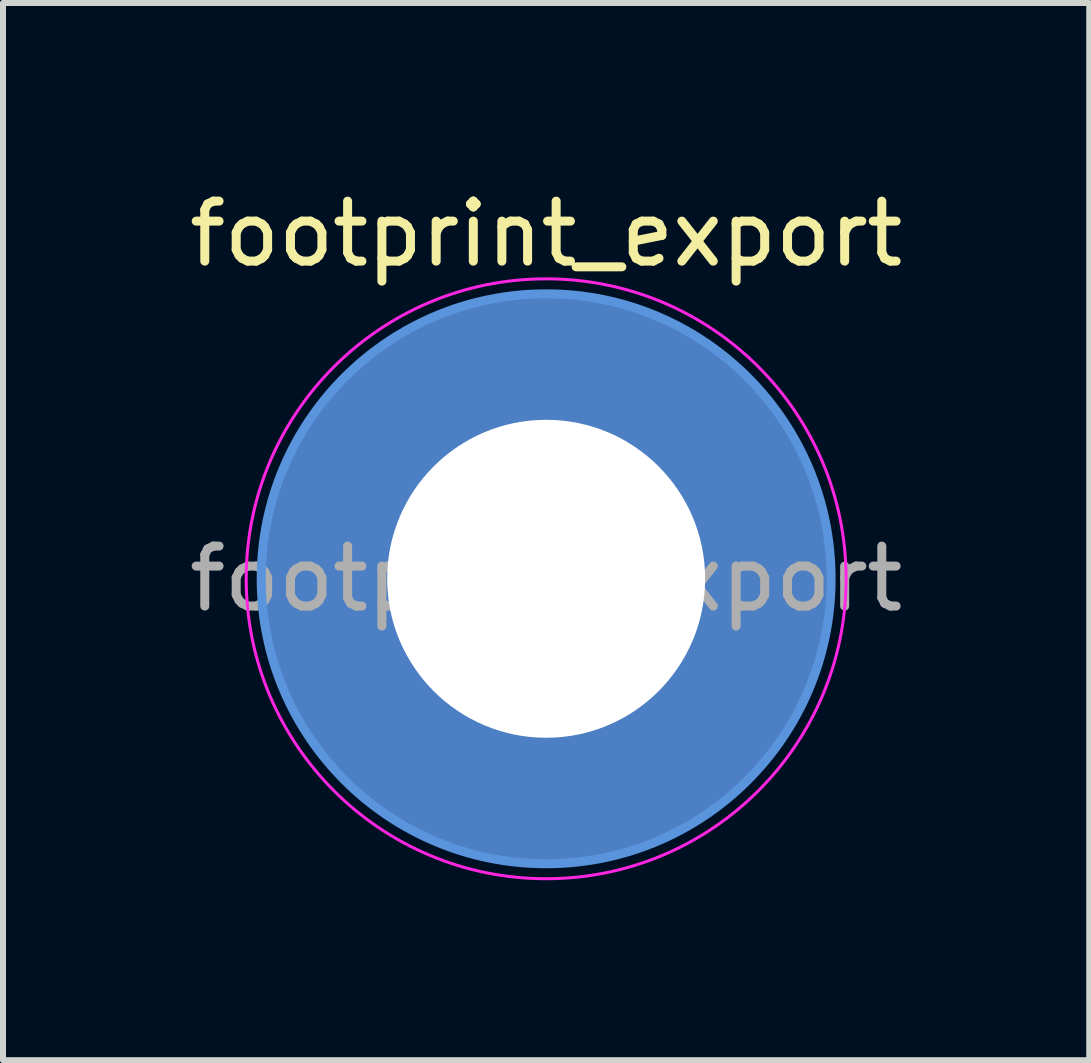
<source format=kicad_pcb>
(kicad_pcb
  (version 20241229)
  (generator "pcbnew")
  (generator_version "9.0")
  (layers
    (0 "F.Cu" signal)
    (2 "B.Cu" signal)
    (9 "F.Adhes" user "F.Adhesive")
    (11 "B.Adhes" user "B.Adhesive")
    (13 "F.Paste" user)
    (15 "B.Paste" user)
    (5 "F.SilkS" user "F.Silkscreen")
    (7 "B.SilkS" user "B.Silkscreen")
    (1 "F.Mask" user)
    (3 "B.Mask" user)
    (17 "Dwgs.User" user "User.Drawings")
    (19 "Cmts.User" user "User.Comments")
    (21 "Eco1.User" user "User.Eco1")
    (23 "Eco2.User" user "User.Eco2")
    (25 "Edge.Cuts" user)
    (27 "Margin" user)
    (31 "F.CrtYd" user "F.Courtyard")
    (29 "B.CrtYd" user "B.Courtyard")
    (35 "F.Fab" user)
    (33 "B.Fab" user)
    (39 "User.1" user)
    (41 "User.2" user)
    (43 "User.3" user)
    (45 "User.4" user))
  (footprint "footprint_export"
    (layer "F.Cu")
    (at 6.054 6.598)
    (property "Reference" "footprint_export" (at 0 -5.75 0) (layer "F.SilkS") (effects (font (size 1 1) (thickness 0.15))))
    (attr exclude_from_pos_files exclude_from_bom)
    (fp_circle (center 0 0) (end 4.75 0) (stroke (width 0.15) (type solid)) (fill no) (layer "Cmts.User"))
    (fp_circle (center 0 0) (end 5 0) (stroke (width 0.05) (type solid)) (fill no) (layer "F.CrtYd"))
    (fp_text user "${REFERENCE}" (at 0 0 0) (layer "F.Fab") (effects (font (size 1 1) (thickness 0.15))))
    (pad "1" thru_hole circle (at 0 0) (size 5.7 5.7) (drill 5.3) (layers "*.Cu" "*.Mask"))
    (pad "1" connect circle (at 0 0) (size 9.5 9.5) (layers "F.Cu" "F.Mask"))
    (pad "1" connect circle (at 0 0) (size 9.5 9.5) (layers "B.Cu" "B.Mask")))
  (gr_rect
    (start -3 -3)
    (end 15.107 14.623)
    (stroke (width 0.1) (type default))
    (fill no)
    (layer "Edge.Cuts")))
</source>
